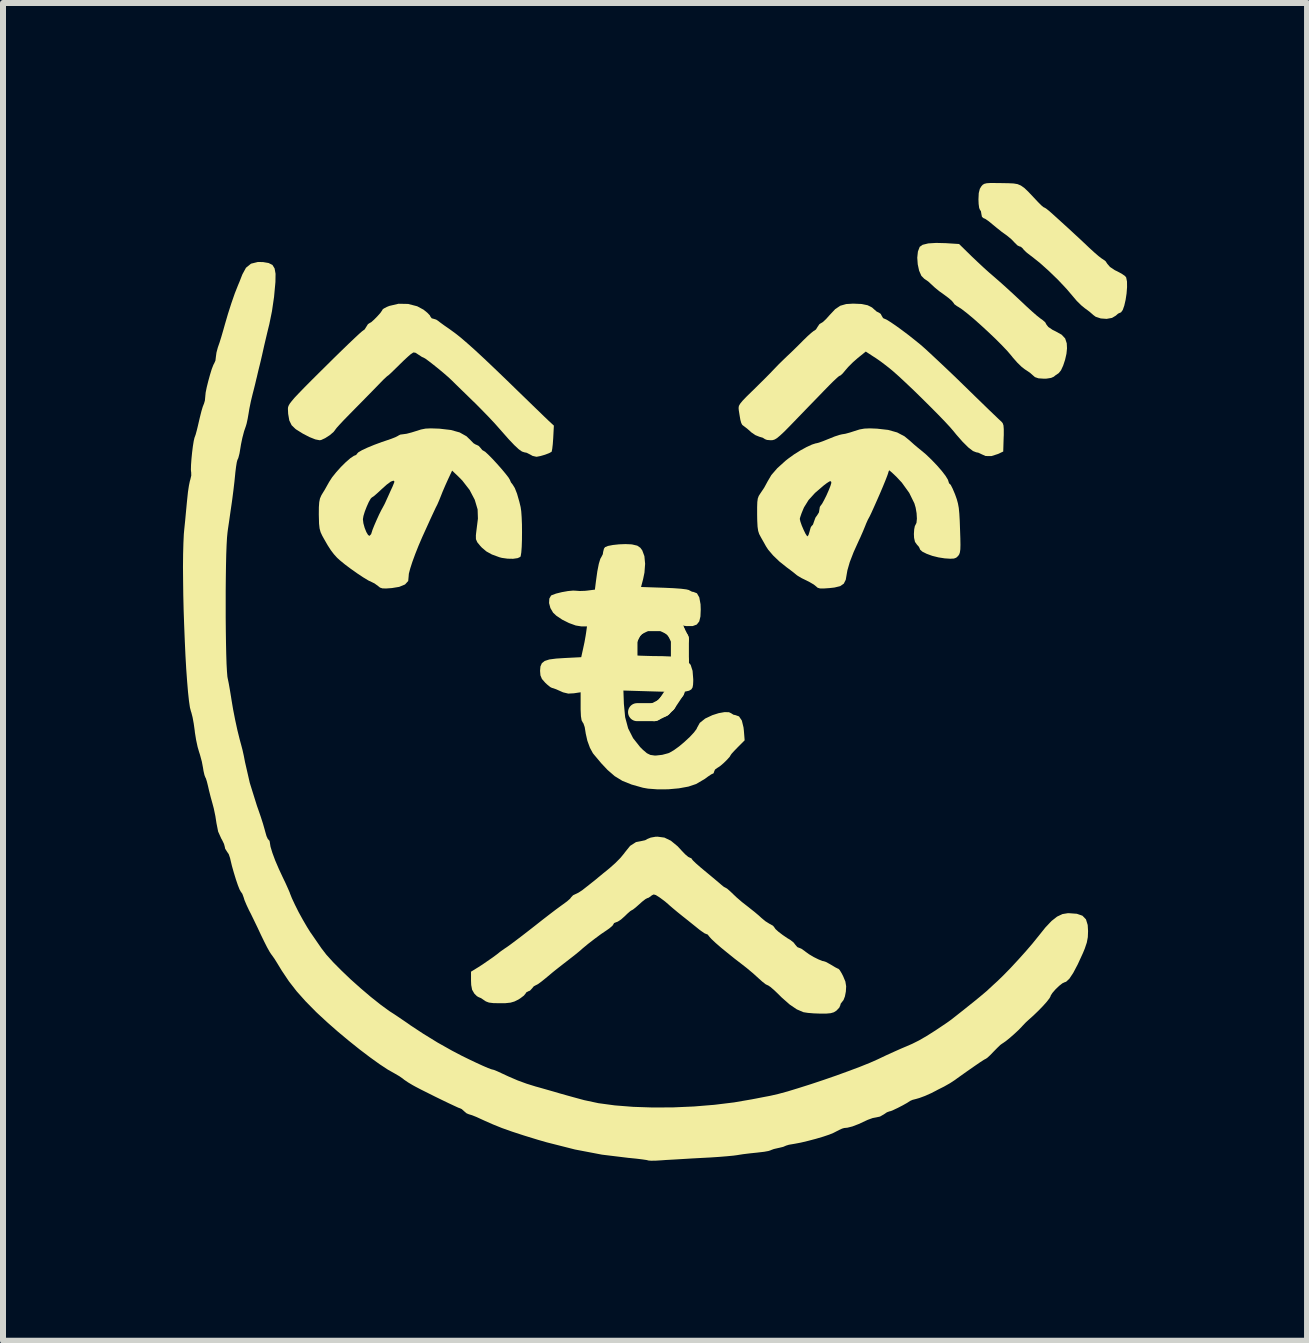
<source format=kicad_pcb>
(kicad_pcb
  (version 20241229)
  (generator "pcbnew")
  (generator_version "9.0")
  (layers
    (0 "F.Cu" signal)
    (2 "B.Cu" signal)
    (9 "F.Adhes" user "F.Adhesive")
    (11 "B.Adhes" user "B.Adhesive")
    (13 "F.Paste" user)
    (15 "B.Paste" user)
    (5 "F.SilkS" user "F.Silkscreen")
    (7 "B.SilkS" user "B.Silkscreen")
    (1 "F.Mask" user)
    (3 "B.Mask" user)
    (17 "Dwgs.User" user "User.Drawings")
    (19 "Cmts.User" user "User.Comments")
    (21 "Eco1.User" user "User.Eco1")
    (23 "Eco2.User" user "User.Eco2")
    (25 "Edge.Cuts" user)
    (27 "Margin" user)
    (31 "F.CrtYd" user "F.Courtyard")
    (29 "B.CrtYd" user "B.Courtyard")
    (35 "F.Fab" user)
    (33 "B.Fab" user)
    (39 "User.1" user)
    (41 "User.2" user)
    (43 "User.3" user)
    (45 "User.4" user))
  (footprint "9"
    (layer "F.Cu")
    (at 7.854 8.142)
    (property "Reference" "9" (at 0 0 0) (layer "F.SilkS") (effects (font (size 1.5 1.5) (thickness 0.3))))
    (attr board_only exclude_from_pos_files exclude_from_bom)
    (fp_poly (pts (xy 4.859 -7.139) (xy 5.082 -7.125) (xy 5.289 -6.922) (xy 5.389 -6.827) (xy 5.492 -6.731) (xy 5.583 -6.649) (xy 5.632 -6.607) (xy 5.708 -6.541) (xy 5.788 -6.471) (xy 5.88 -6.388) (xy 5.989 -6.288) (xy 6.124 -6.162) (xy 6.214 -6.077) (xy 6.301 -5.998) (xy 6.38 -5.929) (xy 6.441 -5.881) (xy 6.468 -5.863) (xy 6.517 -5.821) (xy 6.538 -5.782) (xy 6.57 -5.741) (xy 6.642 -5.693) (xy 6.693 -5.668) (xy 6.792 -5.613) (xy 6.85 -5.551) (xy 6.877 -5.469) (xy 6.881 -5.385) (xy 6.872 -5.296) (xy 6.849 -5.195) (xy 6.817 -5.098) (xy 6.781 -5.02) (xy 6.745 -4.975) (xy 6.742 -4.972) (xy 6.686 -4.934) (xy 6.661 -4.913) (xy 6.616 -4.893) (xy 6.54 -4.881) (xy 6.496 -4.88) (xy 6.405 -4.886) (xy 6.347 -4.906) (xy 6.318 -4.931) (xy 6.265 -4.978) (xy 6.194 -5.026) (xy 6.182 -5.033) (xy 6.126 -5.076) (xy 6.053 -5.147) (xy 5.978 -5.232) (xy 5.956 -5.26) (xy 5.888 -5.34) (xy 5.795 -5.438) (xy 5.686 -5.547) (xy 5.566 -5.661) (xy 5.443 -5.774) (xy 5.325 -5.879) (xy 5.217 -5.969) (xy 5.128 -6.038) (xy 5.064 -6.08) (xy 5.05 -6.087) (xy 5.004 -6.121) (xy 4.989 -6.144) (xy 4.961 -6.178) (xy 4.904 -6.227) (xy 4.833 -6.28) (xy 4.749 -6.34) (xy 4.674 -6.402) (xy 4.63 -6.443) (xy 4.568 -6.5) (xy 4.504 -6.544) (xy 4.502 -6.545) (xy 4.453 -6.595) (xy 4.416 -6.68) (xy 4.393 -6.786) (xy 4.385 -6.897) (xy 4.396 -7) (xy 4.426 -7.078) (xy 4.475 -7.112) (xy 4.569 -7.135) (xy 4.7 -7.143)) (stroke (width 0) (type solid)) (fill yes) (layer "F.SilkS"))
    (fp_poly (pts (xy 5.706 -8.141) (xy 5.795 -8.14) (xy 5.907 -8.138) (xy 5.991 -8.134) (xy 6.057 -8.123) (xy 6.113 -8.099) (xy 6.17 -8.059) (xy 6.235 -7.997) (xy 6.32 -7.907) (xy 6.401 -7.821) (xy 6.453 -7.769) (xy 6.492 -7.737) (xy 6.503 -7.733) (xy 6.531 -7.717) (xy 6.583 -7.676) (xy 6.646 -7.62) (xy 6.73 -7.544) (xy 6.829 -7.454) (xy 6.915 -7.376) (xy 6.999 -7.298) (xy 7.103 -7.202) (xy 7.208 -7.103) (xy 7.249 -7.064) (xy 7.333 -6.987) (xy 7.406 -6.924) (xy 7.461 -6.882) (xy 7.482 -6.869) (xy 7.524 -6.838) (xy 7.553 -6.794) (xy 7.598 -6.742) (xy 7.679 -6.688) (xy 7.717 -6.67) (xy 7.792 -6.63) (xy 7.848 -6.591) (xy 7.867 -6.568) (xy 7.881 -6.499) (xy 7.882 -6.407) (xy 7.874 -6.301) (xy 7.858 -6.195) (xy 7.836 -6.099) (xy 7.81 -6.025) (xy 7.781 -5.985) (xy 7.769 -5.981) (xy 7.732 -5.964) (xy 7.695 -5.931) (xy 7.631 -5.893) (xy 7.541 -5.877) (xy 7.444 -5.884) (xy 7.359 -5.912) (xy 7.321 -5.94) (xy 7.258 -5.995) (xy 7.185 -6.049) (xy 7.178 -6.054) (xy 7.117 -6.104) (xy 7.044 -6.176) (xy 6.994 -6.235) (xy 6.874 -6.376) (xy 6.731 -6.528) (xy 6.577 -6.677) (xy 6.426 -6.812) (xy 6.29 -6.92) (xy 6.276 -6.93) (xy 6.21 -6.981) (xy 6.162 -7.026) (xy 6.146 -7.048) (xy 6.112 -7.079) (xy 6.096 -7.082) (xy 6.057 -7.1) (xy 6.01 -7.145) (xy 6.007 -7.149) (xy 5.951 -7.207) (xy 5.879 -7.266) (xy 5.861 -7.279) (xy 5.79 -7.33) (xy 5.705 -7.398) (xy 5.643 -7.449) (xy 5.575 -7.505) (xy 5.518 -7.544) (xy 5.487 -7.557) (xy 5.463 -7.579) (xy 5.455 -7.619) (xy 5.446 -7.672) (xy 5.43 -7.695) (xy 5.417 -7.726) (xy 5.408 -7.793) (xy 5.405 -7.869) (xy 5.41 -7.974) (xy 5.428 -8.045) (xy 5.453 -8.086) (xy 5.476 -8.112) (xy 5.503 -8.128) (xy 5.544 -8.138) (xy 5.608 -8.142)) (stroke (width 0) (type solid)) (fill yes) (layer "F.SilkS"))
    (fp_poly (pts (xy -4.101 -6.126) (xy -3.95 -6.087) (xy -3.844 -6.03) (xy -3.781 -5.979) (xy -3.739 -5.935) (xy -3.729 -5.914) (xy -3.708 -5.886) (xy -3.687 -5.881) (xy -3.634 -5.865) (xy -3.606 -5.847) (xy -3.567 -5.817) (xy -3.5 -5.768) (xy -3.416 -5.71) (xy -3.391 -5.692) (xy -3.313 -5.635) (xy -3.221 -5.562) (xy -3.112 -5.468) (xy -2.983 -5.353) (xy -2.831 -5.212) (xy -2.653 -5.043) (xy -2.445 -4.843) (xy -2.259 -4.662) (xy -2.136 -4.543) (xy -2.02 -4.43) (xy -1.916 -4.33) (xy -1.833 -4.249) (xy -1.776 -4.195) (xy -1.763 -4.182) (xy -1.672 -4.098) (xy -1.683 -3.888) (xy -1.69 -3.79) (xy -1.699 -3.712) (xy -1.708 -3.667) (xy -1.711 -3.661) (xy -1.751 -3.639) (xy -1.819 -3.613) (xy -1.894 -3.591) (xy -1.956 -3.579) (xy -1.966 -3.579) (xy -2.027 -3.593) (xy -2.066 -3.615) (xy -2.125 -3.645) (xy -2.165 -3.653) (xy -2.204 -3.666) (xy -2.258 -3.704) (xy -2.331 -3.772) (xy -2.426 -3.872) (xy -2.546 -4.008) (xy -2.575 -4.041) (xy -2.659 -4.136) (xy -2.767 -4.251) (xy -2.886 -4.373) (xy -3.001 -4.489) (xy -3.018 -4.504) (xy -3.121 -4.605) (xy -3.22 -4.701) (xy -3.303 -4.782) (xy -3.364 -4.842) (xy -3.377 -4.855) (xy -3.434 -4.908) (xy -3.509 -4.973) (xy -3.594 -5.044) (xy -3.679 -5.112) (xy -3.755 -5.171) (xy -3.812 -5.213) (xy -3.842 -5.23) (xy -3.842 -5.23) (xy -3.872 -5.243) (xy -3.922 -5.276) (xy -3.93 -5.281) (xy -3.98 -5.313) (xy -4.014 -5.317) (xy -4.053 -5.292) (xy -4.059 -5.287) (xy -4.103 -5.249) (xy -4.17 -5.187) (xy -4.247 -5.112) (xy -4.273 -5.086) (xy -4.344 -5.017) (xy -4.4 -4.963) (xy -4.434 -4.933) (xy -4.44 -4.93) (xy -4.461 -4.913) (xy -4.507 -4.87) (xy -4.559 -4.817) (xy -4.613 -4.761) (xy -4.694 -4.678) (xy -4.793 -4.577) (xy -4.902 -4.466) (xy -4.982 -4.385) (xy -5.084 -4.281) (xy -5.174 -4.189) (xy -5.245 -4.113) (xy -5.291 -4.062) (xy -5.307 -4.041) (xy -5.344 -3.992) (xy -5.409 -3.937) (xy -5.484 -3.889) (xy -5.551 -3.858) (xy -5.577 -3.854) (xy -5.648 -3.868) (xy -5.746 -3.907) (xy -5.856 -3.964) (xy -5.965 -4.032) (xy -5.981 -4.044) (xy -6.043 -4.104) (xy -6.082 -4.184) (xy -6.101 -4.294) (xy -6.105 -4.377) (xy -6.103 -4.402) (xy -6.094 -4.429) (xy -6.075 -4.463) (xy -6.042 -4.506) (xy -5.993 -4.564) (xy -5.922 -4.639) (xy -5.827 -4.737) (xy -5.705 -4.86) (xy -5.551 -5.013) (xy -5.492 -5.071) (xy -5.348 -5.214) (xy -5.214 -5.345) (xy -5.095 -5.46) (xy -4.995 -5.555) (xy -4.919 -5.626) (xy -4.87 -5.669) (xy -4.854 -5.681) (xy -4.826 -5.701) (xy -4.8 -5.743) (xy -4.771 -5.789) (xy -4.745 -5.806) (xy -4.715 -5.823) (xy -4.667 -5.866) (xy -4.612 -5.922) (xy -4.563 -5.977) (xy -4.534 -6.019) (xy -4.529 -6.031) (xy -4.508 -6.049) (xy -4.454 -6.077) (xy -4.414 -6.093) (xy -4.261 -6.129)) (stroke (width 0) (type solid)) (fill yes) (layer "F.SilkS"))
    (fp_poly (pts (xy 3.457 -6.125) (xy 3.558 -6.104) (xy 3.631 -6.067) (xy 3.66 -6.041) (xy 3.708 -5.999) (xy 3.745 -5.981) (xy 3.746 -5.981) (xy 3.776 -5.96) (xy 3.791 -5.931) (xy 3.815 -5.89) (xy 3.834 -5.881) (xy 3.87 -5.866) (xy 3.937 -5.825) (xy 4.027 -5.764) (xy 4.133 -5.687) (xy 4.246 -5.602) (xy 4.359 -5.512) (xy 4.439 -5.447) (xy 4.51 -5.385) (xy 4.609 -5.294) (xy 4.731 -5.18) (xy 4.869 -5.05) (xy 5.016 -4.91) (xy 5.164 -4.766) (xy 5.193 -4.738) (xy 5.331 -4.603) (xy 5.46 -4.478) (xy 5.574 -4.367) (xy 5.669 -4.276) (xy 5.739 -4.209) (xy 5.781 -4.17) (xy 5.788 -4.164) (xy 5.809 -4.139) (xy 5.822 -4.101) (xy 5.827 -4.038) (xy 5.827 -3.941) (xy 5.825 -3.897) (xy 5.818 -3.666) (xy 5.731 -3.625) (xy 5.622 -3.59) (xy 5.524 -3.591) (xy 5.461 -3.619) (xy 5.402 -3.647) (xy 5.368 -3.653) (xy 5.314 -3.674) (xy 5.237 -3.733) (xy 5.143 -3.826) (xy 5.035 -3.949) (xy 4.992 -4.002) (xy 4.932 -4.072) (xy 4.841 -4.17) (xy 4.729 -4.286) (xy 4.6 -4.416) (xy 4.464 -4.551) (xy 4.327 -4.685) (xy 4.195 -4.81) (xy 4.078 -4.919) (xy 3.98 -5.006) (xy 3.916 -5.059) (xy 3.836 -5.121) (xy 3.782 -5.162) (xy 3.741 -5.191) (xy 3.699 -5.22) (xy 3.643 -5.256) (xy 3.634 -5.262) (xy 3.527 -5.332) (xy 3.394 -5.225) (xy 3.312 -5.153) (xy 3.235 -5.076) (xy 3.19 -5.024) (xy 3.143 -4.968) (xy 3.107 -4.935) (xy 3.096 -4.93) (xy 3.085 -4.925) (xy 3.065 -4.91) (xy 3.032 -4.88) (xy 2.983 -4.834) (xy 2.916 -4.767) (xy 2.827 -4.676) (xy 2.714 -4.559) (xy 2.572 -4.413) (xy 2.399 -4.234) (xy 2.374 -4.208) (xy 2.256 -4.086) (xy 2.166 -3.995) (xy 2.098 -3.932) (xy 2.048 -3.89) (xy 2.01 -3.867) (xy 1.976 -3.856) (xy 1.944 -3.854) (xy 1.881 -3.859) (xy 1.844 -3.873) (xy 1.841 -3.876) (xy 1.809 -3.896) (xy 1.754 -3.912) (xy 1.687 -3.939) (xy 1.617 -3.987) (xy 1.607 -3.997) (xy 1.549 -4.048) (xy 1.498 -4.087) (xy 1.491 -4.092) (xy 1.468 -4.11) (xy 1.451 -4.142) (xy 1.436 -4.196) (xy 1.421 -4.285) (xy 1.41 -4.355) (xy 1.407 -4.392) (xy 1.412 -4.426) (xy 1.433 -4.463) (xy 1.472 -4.511) (xy 1.537 -4.579) (xy 1.633 -4.673) (xy 1.641 -4.68) (xy 1.743 -4.781) (xy 1.845 -4.882) (xy 1.933 -4.971) (xy 1.997 -5.038) (xy 1.999 -5.04) (xy 2.078 -5.122) (xy 2.162 -5.204) (xy 2.213 -5.253) (xy 2.277 -5.313) (xy 2.36 -5.394) (xy 2.449 -5.482) (xy 2.478 -5.512) (xy 2.553 -5.585) (xy 2.616 -5.642) (xy 2.658 -5.675) (xy 2.67 -5.681) (xy 2.697 -5.701) (xy 2.723 -5.743) (xy 2.755 -5.79) (xy 2.783 -5.807) (xy 2.814 -5.826) (xy 2.865 -5.874) (xy 2.925 -5.941) (xy 2.928 -5.944) (xy 3.017 -6.039) (xy 3.102 -6.096) (xy 3.2 -6.124) (xy 3.316 -6.131)) (stroke (width 0) (type solid)) (fill yes) (layer "F.SilkS"))
    (fp_poly (pts (xy -3.609 -4.048) (xy -3.58 -4.047) (xy -3.39 -4.025) (xy -3.242 -3.984) (xy -3.128 -3.92) (xy -3.057 -3.851) (xy -3.01 -3.803) (xy -2.969 -3.779) (xy -2.964 -3.779) (xy -2.924 -3.759) (xy -2.897 -3.729) (xy -2.865 -3.69) (xy -2.846 -3.679) (xy -2.816 -3.661) (xy -2.764 -3.613) (xy -2.695 -3.543) (xy -2.62 -3.462) (xy -2.545 -3.377) (xy -2.479 -3.298) (xy -2.429 -3.234) (xy -2.404 -3.192) (xy -2.402 -3.186) (xy -2.387 -3.151) (xy -2.358 -3.114) (xy -2.323 -3.057) (xy -2.286 -2.963) (xy -2.247 -2.827) (xy -2.226 -2.74) (xy -2.216 -2.671) (xy -2.209 -2.572) (xy -2.204 -2.452) (xy -2.203 -2.322) (xy -2.204 -2.194) (xy -2.208 -2.078) (xy -2.215 -1.984) (xy -2.225 -1.924) (xy -2.231 -1.91) (xy -2.275 -1.889) (xy -2.352 -1.878) (xy -2.445 -1.88) (xy -2.538 -1.893) (xy -2.58 -1.904) (xy -2.705 -1.95) (xy -2.796 -2) (xy -2.87 -2.062) (xy -2.899 -2.093) (xy -2.949 -2.154) (xy -2.971 -2.205) (xy -2.972 -2.268) (xy -2.968 -2.307) (xy -2.955 -2.412) (xy -2.941 -2.523) (xy -2.938 -2.549) (xy -2.943 -2.701) (xy -2.991 -2.862) (xy -3.077 -3.026) (xy -3.198 -3.182) (xy -3.259 -3.244) (xy -3.368 -3.348) (xy -3.434 -3.207) (xy -3.481 -3.103) (xy -3.529 -2.991) (xy -3.551 -2.935) (xy -3.584 -2.853) (xy -3.613 -2.786) (xy -3.626 -2.76) (xy -3.64 -2.733) (xy -3.66 -2.69) (xy -3.691 -2.624) (xy -3.734 -2.531) (xy -3.792 -2.403) (xy -3.866 -2.24) (xy -3.927 -2.098) (xy -3.983 -1.957) (xy -4.031 -1.826) (xy -4.067 -1.714) (xy -4.089 -1.63) (xy -4.093 -1.583) (xy -4.1 -1.508) (xy -4.153 -1.45) (xy -4.25 -1.41) (xy -4.372 -1.39) (xy -4.469 -1.383) (xy -4.53 -1.385) (xy -4.57 -1.398) (xy -4.601 -1.423) (xy -4.661 -1.467) (xy -4.708 -1.49) (xy -4.765 -1.517) (xy -4.849 -1.568) (xy -4.95 -1.635) (xy -5.056 -1.71) (xy -5.156 -1.785) (xy -5.239 -1.853) (xy -5.286 -1.896) (xy -5.34 -1.956) (xy -5.39 -2.022) (xy -5.443 -2.104) (xy -5.506 -2.214) (xy -5.534 -2.265) (xy -5.56 -2.321) (xy -5.577 -2.383) (xy -5.586 -2.463) (xy -5.588 -2.538) (xy -4.855 -2.538) (xy -4.847 -2.47) (xy -4.826 -2.394) (xy -4.798 -2.324) (xy -4.769 -2.275) (xy -4.745 -2.26) (xy -4.718 -2.289) (xy -4.709 -2.317) (xy -4.695 -2.361) (xy -4.665 -2.436) (xy -4.626 -2.526) (xy -4.585 -2.616) (xy -4.547 -2.692) (xy -4.527 -2.728) (xy -4.498 -2.782) (xy -4.482 -2.815) (xy -4.46 -2.864) (xy -4.425 -2.941) (xy -4.395 -3.008) (xy -4.36 -3.084) (xy -4.337 -3.141) (xy -4.329 -3.164) (xy -4.345 -3.181) (xy -4.389 -3.165) (xy -4.456 -3.116) (xy -4.541 -3.04) (xy -4.61 -2.976) (xy -4.666 -2.927) (xy -4.699 -2.904) (xy -4.703 -2.903) (xy -4.725 -2.881) (xy -4.757 -2.825) (xy -4.791 -2.749) (xy -4.823 -2.667) (xy -4.846 -2.592) (xy -4.855 -2.538) (xy -4.855 -2.538) (xy -5.588 -2.538) (xy -5.589 -2.576) (xy -5.59 -2.616) (xy -5.589 -2.738) (xy -5.583 -2.822) (xy -5.571 -2.882) (xy -5.55 -2.931) (xy -5.537 -2.954) (xy -5.491 -3.029) (xy -5.44 -3.12) (xy -5.418 -3.159) (xy -5.369 -3.235) (xy -5.3 -3.321) (xy -5.221 -3.409) (xy -5.139 -3.49) (xy -5.064 -3.555) (xy -5.004 -3.595) (xy -4.978 -3.604) (xy -4.955 -3.622) (xy -4.955 -3.627) (xy -4.932 -3.652) (xy -4.871 -3.688) (xy -4.779 -3.731) (xy -4.665 -3.778) (xy -4.538 -3.825) (xy -4.481 -3.844) (xy -4.387 -3.876) (xy -4.313 -3.905) (xy -4.27 -3.927) (xy -4.265 -3.931) (xy -4.232 -3.948) (xy -4.186 -3.954) (xy -4.127 -3.962) (xy -4.043 -3.984) (xy -3.969 -4.007) (xy -3.887 -4.033) (xy -3.811 -4.048) (xy -3.724 -4.052)) (stroke (width 0) (type solid)) (fill yes) (layer "F.SilkS"))
    (fp_poly (pts (xy 3.715 -4.047) (xy 3.901 -4.026) (xy 4.05 -3.984) (xy 4.173 -3.919) (xy 4.256 -3.851) (xy 4.335 -3.78) (xy 4.421 -3.708) (xy 4.443 -3.691) (xy 4.53 -3.618) (xy 4.622 -3.53) (xy 4.713 -3.435) (xy 4.794 -3.342) (xy 4.857 -3.26) (xy 4.896 -3.196) (xy 4.905 -3.168) (xy 4.916 -3.133) (xy 4.926 -3.128) (xy 4.945 -3.106) (xy 4.974 -3.049) (xy 5.009 -2.967) (xy 5.017 -2.947) (xy 5.044 -2.871) (xy 5.063 -2.801) (xy 5.077 -2.726) (xy 5.086 -2.633) (xy 5.093 -2.512) (xy 5.098 -2.37) (xy 5.103 -2.22) (xy 5.105 -2.111) (xy 5.103 -2.036) (xy 5.096 -1.986) (xy 5.085 -1.953) (xy 5.069 -1.929) (xy 5.064 -1.923) (xy 5.034 -1.896) (xy 4.996 -1.882) (xy 4.936 -1.879) (xy 4.843 -1.885) (xy 4.74 -1.901) (xy 4.635 -1.927) (xy 4.542 -1.961) (xy 4.47 -1.997) (xy 4.432 -2.031) (xy 4.429 -2.042) (xy 4.412 -2.078) (xy 4.379 -2.115) (xy 4.347 -2.16) (xy 4.332 -2.227) (xy 4.329 -2.292) (xy 4.334 -2.369) (xy 4.345 -2.424) (xy 4.354 -2.44) (xy 4.372 -2.477) (xy 4.379 -2.547) (xy 4.374 -2.637) (xy 4.358 -2.731) (xy 4.337 -2.802) (xy 4.251 -2.977) (xy 4.127 -3.149) (xy 4.035 -3.247) (xy 3.976 -3.303) (xy 3.933 -3.341) (xy 3.917 -3.353) (xy 3.907 -3.332) (xy 3.897 -3.297) (xy 3.882 -3.255) (xy 3.852 -3.178) (xy 3.811 -3.078) (xy 3.763 -2.965) (xy 3.712 -2.849) (xy 3.664 -2.741) (xy 3.623 -2.65) (xy 3.593 -2.587) (xy 3.581 -2.565) (xy 3.561 -2.528) (xy 3.532 -2.463) (xy 3.518 -2.427) (xy 3.48 -2.335) (xy 3.435 -2.232) (xy 3.415 -2.19) (xy 3.325 -1.991) (xy 3.26 -1.823) (xy 3.221 -1.688) (xy 3.21 -1.626) (xy 3.193 -1.528) (xy 3.16 -1.463) (xy 3.1 -1.422) (xy 3.005 -1.399) (xy 2.926 -1.39) (xy 2.826 -1.383) (xy 2.763 -1.384) (xy 2.725 -1.395) (xy 2.702 -1.415) (xy 2.66 -1.449) (xy 2.59 -1.49) (xy 2.537 -1.517) (xy 2.459 -1.555) (xy 2.397 -1.591) (xy 2.373 -1.608) (xy 2.336 -1.639) (xy 2.273 -1.688) (xy 2.203 -1.74) (xy 2.087 -1.833) (xy 1.982 -1.934) (xy 1.9 -2.03) (xy 1.864 -2.085) (xy 1.833 -2.141) (xy 1.791 -2.215) (xy 1.777 -2.24) (xy 1.75 -2.291) (xy 1.733 -2.344) (xy 1.723 -2.413) (xy 1.718 -2.508) (xy 1.717 -2.543) (xy 2.427 -2.543) (xy 2.437 -2.498) (xy 2.46 -2.432) (xy 2.491 -2.36) (xy 2.522 -2.296) (xy 2.547 -2.258) (xy 2.555 -2.252) (xy 2.572 -2.274) (xy 2.589 -2.328) (xy 2.592 -2.34) (xy 2.608 -2.398) (xy 2.625 -2.427) (xy 2.628 -2.427) (xy 2.647 -2.449) (xy 2.665 -2.501) (xy 2.665 -2.501) (xy 2.688 -2.564) (xy 2.717 -2.604) (xy 2.746 -2.651) (xy 2.753 -2.692) (xy 2.761 -2.743) (xy 2.775 -2.764) (xy 2.798 -2.794) (xy 2.832 -2.856) (xy 2.872 -2.936) (xy 2.909 -3.02) (xy 2.938 -3.093) (xy 2.952 -3.14) (xy 2.953 -3.145) (xy 2.947 -3.17) (xy 2.924 -3.169) (xy 2.877 -3.139) (xy 2.829 -3.103) (xy 2.681 -2.976) (xy 2.573 -2.857) (xy 2.498 -2.736) (xy 2.489 -2.716) (xy 2.456 -2.636) (xy 2.434 -2.572) (xy 2.427 -2.543) (xy 1.717 -2.543) (xy 1.716 -2.617) (xy 1.716 -2.74) (xy 1.719 -2.825) (xy 1.727 -2.883) (xy 1.743 -2.926) (xy 1.768 -2.965) (xy 1.778 -2.98) (xy 1.833 -3.062) (xy 1.881 -3.15) (xy 1.886 -3.16) (xy 1.953 -3.274) (xy 2.052 -3.388) (xy 2.189 -3.512) (xy 2.236 -3.549) (xy 2.33 -3.617) (xy 2.435 -3.683) (xy 2.539 -3.74) (xy 2.63 -3.782) (xy 2.696 -3.803) (xy 2.707 -3.804) (xy 2.745 -3.814) (xy 2.815 -3.839) (xy 2.902 -3.874) (xy 2.915 -3.879) (xy 3.006 -3.916) (xy 3.085 -3.942) (xy 3.135 -3.954) (xy 3.138 -3.954) (xy 3.187 -3.962) (xy 3.264 -3.983) (xy 3.338 -4.007) (xy 3.424 -4.034) (xy 3.503 -4.048) (xy 3.594 -4.052)) (stroke (width 0) (type solid)) (fill yes) (layer "F.SilkS"))
    (fp_poly (pts (xy -0.384 -2.119) (xy -0.363 -2.116) (xy -0.282 -2.097) (xy -0.231 -2.062) (xy -0.199 -2.019) (xy -0.163 -1.922) (xy -0.151 -1.794) (xy -0.162 -1.648) (xy -0.185 -1.536) (xy -0.219 -1.408) (xy 0.168 -1.395) (xy 0.323 -1.388) (xy 0.447 -1.379) (xy 0.535 -1.368) (xy 0.58 -1.357) (xy 0.583 -1.354) (xy 0.631 -1.329) (xy 0.654 -1.326) (xy 0.713 -1.303) (xy 0.752 -1.234) (xy 0.773 -1.119) (xy 0.776 -1.033) (xy 0.771 -0.916) (xy 0.751 -0.834) (xy 0.71 -0.782) (xy 0.643 -0.757) (xy 0.542 -0.756) (xy 0.402 -0.774) (xy 0.346 -0.784) (xy 0.241 -0.797) (xy 0.105 -0.807) (xy -0.042 -0.812) (xy -0.181 -0.812) (xy -0.294 -0.807) (xy -0.317 -0.804) (xy -0.34 -0.779) (xy -0.366 -0.717) (xy -0.393 -0.631) (xy -0.417 -0.533) (xy -0.436 -0.436) (xy -0.447 -0.353) (xy -0.447 -0.297) (xy -0.44 -0.282) (xy -0.41 -0.275) (xy -0.339 -0.269) (xy -0.235 -0.263) (xy -0.109 -0.259) (xy -0.029 -0.257) (xy 0.139 -0.255) (xy 0.265 -0.25) (xy 0.358 -0.243) (xy 0.426 -0.233) (xy 0.478 -0.217) (xy 0.52 -0.195) (xy 0.553 -0.174) (xy 0.608 -0.11) (xy 0.64 -0.01) (xy 0.651 0.13) (xy 0.651 0.162) (xy 0.648 0.221) (xy 0.64 0.266) (xy 0.619 0.299) (xy 0.581 0.321) (xy 0.519 0.335) (xy 0.428 0.341) (xy 0.302 0.341) (xy 0.134 0.337) (xy 0.027 0.334) (xy -0.513 0.318) (xy -0.505 0.54) (xy -0.484 0.762) (xy -0.434 0.949) (xy -0.352 1.111) (xy -0.235 1.259) (xy -0.188 1.306) (xy -0.121 1.363) (xy -0.064 1.391) (xy 0.005 1.401) (xy 0.033 1.401) (xy 0.133 1.39) (xy 0.234 1.363) (xy 0.258 1.353) (xy 0.33 1.311) (xy 0.417 1.248) (xy 0.508 1.171) (xy 0.594 1.091) (xy 0.663 1.017) (xy 0.707 0.958) (xy 0.715 0.938) (xy 0.76 0.857) (xy 0.85 0.785) (xy 0.971 0.728) (xy 1.075 0.695) (xy 1.17 0.678) (xy 1.246 0.679) (xy 1.288 0.699) (xy 1.289 0.701) (xy 1.324 0.722) (xy 1.349 0.726) (xy 1.414 0.749) (xy 1.461 0.818) (xy 1.489 0.933) (xy 1.495 0.986) (xy 1.508 1.148) (xy 1.392 1.264) (xy 1.333 1.325) (xy 1.291 1.371) (xy 1.276 1.392) (xy 1.259 1.422) (xy 1.215 1.471) (xy 1.159 1.526) (xy 1.103 1.574) (xy 1.06 1.603) (xy 1.057 1.604) (xy 1.014 1.635) (xy 1.001 1.664) (xy 0.99 1.697) (xy 0.98 1.702) (xy 0.95 1.716) (xy 0.895 1.753) (xy 0.844 1.791) (xy 0.699 1.876) (xy 0.571 1.919) (xy 0.412 1.948) (xy 0.234 1.964) (xy 0.056 1.965) (xy -0.104 1.953) (xy -0.188 1.938) (xy -0.376 1.885) (xy -0.529 1.824) (xy -0.658 1.745) (xy -0.778 1.641) (xy -0.885 1.527) (xy -0.945 1.455) (xy -0.994 1.397) (xy -1.02 1.365) (xy -1.021 1.364) (xy -1.071 1.272) (xy -1.114 1.154) (xy -1.141 1.034) (xy -1.145 1.008) (xy -1.158 0.928) (xy -1.179 0.867) (xy -1.192 0.848) (xy -1.21 0.814) (xy -1.221 0.745) (xy -1.226 0.633) (xy -1.226 0.583) (xy -1.226 0.347) (xy -1.339 0.364) (xy -1.432 0.369) (xy -1.519 0.348) (xy -1.564 0.328) (xy -1.634 0.297) (xy -1.687 0.278) (xy -1.702 0.275) (xy -1.734 0.259) (xy -1.785 0.217) (xy -1.815 0.189) (xy -1.871 0.125) (xy -1.896 0.065) (xy -1.902 -0.011) (xy -1.896 -0.084) (xy -1.872 -0.138) (xy -1.825 -0.175) (xy -1.748 -0.2) (xy -1.633 -0.215) (xy -1.492 -0.224) (xy -1.216 -0.238) (xy -1.183 -0.388) (xy -1.161 -0.491) (xy -1.143 -0.593) (xy -1.135 -0.644) (xy -1.12 -0.751) (xy -1.213 -0.751) (xy -1.307 -0.766) (xy -1.42 -0.807) (xy -1.534 -0.864) (xy -1.632 -0.93) (xy -1.685 -0.98) (xy -1.73 -1.057) (xy -1.752 -1.14) (xy -1.748 -1.214) (xy -1.719 -1.265) (xy -1.708 -1.271) (xy -1.636 -1.298) (xy -1.539 -1.322) (xy -1.438 -1.34) (xy -1.351 -1.348) (xy -1.31 -1.346) (xy -1.242 -1.341) (xy -1.153 -1.344) (xy -1.114 -1.348) (xy -0.988 -1.364) (xy -0.971 -1.501) (xy -0.948 -1.667) (xy -0.923 -1.794) (xy -0.898 -1.877) (xy -0.88 -1.908) (xy -0.856 -1.955) (xy -0.851 -1.991) (xy -0.837 -2.047) (xy -0.819 -2.072) (xy -0.771 -2.092) (xy -0.688 -2.108) (xy -0.586 -2.119) (xy -0.479 -2.123)) (stroke (width 0) (type solid)) (fill yes) (layer "F.SilkS"))
    (fp_poly (pts (xy 0.17 2.769) (xy 0.278 2.821) (xy 0.39 2.913) (xy 0.461 2.99) (xy 0.519 3.05) (xy 0.568 3.091) (xy 0.593 3.103) (xy 0.623 3.116) (xy 0.626 3.125) (xy 0.644 3.148) (xy 0.693 3.196) (xy 0.766 3.26) (xy 0.845 3.326) (xy 0.938 3.403) (xy 1.023 3.474) (xy 1.087 3.528) (xy 1.117 3.554) (xy 1.161 3.59) (xy 1.188 3.604) (xy 1.216 3.62) (xy 1.262 3.66) (xy 1.275 3.672) (xy 1.369 3.762) (xy 1.464 3.844) (xy 1.582 3.936) (xy 1.589 3.942) (xy 1.67 4.006) (xy 1.746 4.07) (xy 1.785 4.106) (xy 1.852 4.162) (xy 1.922 4.206) (xy 1.929 4.209) (xy 1.98 4.238) (xy 2.003 4.265) (xy 2.003 4.267) (xy 2.023 4.295) (xy 2.073 4.34) (xy 2.143 4.393) (xy 2.219 4.445) (xy 2.268 4.474) (xy 2.324 4.518) (xy 2.353 4.556) (xy 2.387 4.595) (xy 2.412 4.605) (xy 2.451 4.62) (xy 2.506 4.658) (xy 2.517 4.667) (xy 2.58 4.713) (xy 2.659 4.76) (xy 2.74 4.8) (xy 2.805 4.826) (xy 2.828 4.83) (xy 2.863 4.842) (xy 2.922 4.874) (xy 2.953 4.892) (xy 3.016 4.93) (xy 3.061 4.953) (xy 3.071 4.956) (xy 3.092 4.977) (xy 3.125 5.031) (xy 3.15 5.08) (xy 3.187 5.169) (xy 3.2 5.248) (xy 3.195 5.335) (xy 3.179 5.417) (xy 3.156 5.477) (xy 3.141 5.496) (xy 3.108 5.539) (xy 3.103 5.563) (xy 3.085 5.604) (xy 3.04 5.651) (xy 3.037 5.654) (xy 2.994 5.681) (xy 2.942 5.696) (xy 2.866 5.703) (xy 2.768 5.703) (xy 2.66 5.699) (xy 2.562 5.691) (xy 2.491 5.68) (xy 2.484 5.678) (xy 2.377 5.632) (xy 2.258 5.551) (xy 2.123 5.432) (xy 2.071 5.38) (xy 1.999 5.311) (xy 1.938 5.259) (xy 1.898 5.232) (xy 1.891 5.23) (xy 1.858 5.214) (xy 1.803 5.171) (xy 1.737 5.112) (xy 1.65 5.033) (xy 1.546 4.946) (xy 1.463 4.881) (xy 1.342 4.788) (xy 1.224 4.693) (xy 1.115 4.604) (xy 1.024 4.525) (xy 0.957 4.462) (xy 0.92 4.422) (xy 0.916 4.415) (xy 0.889 4.383) (xy 0.875 4.379) (xy 0.84 4.365) (xy 0.785 4.327) (xy 0.755 4.305) (xy 0.693 4.255) (xy 0.607 4.186) (xy 0.512 4.11) (xy 0.475 4.081) (xy 0.387 4.01) (xy 0.308 3.944) (xy 0.251 3.895) (xy 0.235 3.88) (xy 0.181 3.834) (xy 0.109 3.78) (xy 0.088 3.765) (xy 0.028 3.727) (xy -0.008 3.717) (xy -0.038 3.731) (xy -0.049 3.74) (xy -0.092 3.771) (xy -0.116 3.779) (xy -0.146 3.795) (xy -0.199 3.836) (xy -0.247 3.879) (xy -0.308 3.933) (xy -0.354 3.969) (xy -0.373 3.979) (xy -0.399 3.995) (xy -0.448 4.038) (xy -0.49 4.079) (xy -0.552 4.134) (xy -0.607 4.17) (xy -0.632 4.179) (xy -0.669 4.194) (xy -0.677 4.21) (xy -0.697 4.24) (xy -0.748 4.283) (xy -0.795 4.316) (xy -0.884 4.376) (xy -0.992 4.456) (xy -1.102 4.541) (xy -1.195 4.618) (xy -1.226 4.646) (xy -1.263 4.677) (xy -1.327 4.729) (xy -1.407 4.791) (xy -1.426 4.806) (xy -1.524 4.882) (xy -1.593 4.936) (xy -1.645 4.977) (xy -1.691 5.014) (xy -1.741 5.056) (xy -1.807 5.111) (xy -1.879 5.169) (xy -1.938 5.212) (xy -1.973 5.23) (xy -1.974 5.23) (xy -2.008 5.249) (xy -2.033 5.28) (xy -2.07 5.32) (xy -2.096 5.33) (xy -2.133 5.35) (xy -2.143 5.368) (xy -2.172 5.403) (xy -2.23 5.447) (xy -2.264 5.469) (xy -2.329 5.501) (xy -2.394 5.52) (xy -2.479 5.529) (xy -2.57 5.53) (xy -2.68 5.528) (xy -2.754 5.519) (xy -2.805 5.5) (xy -2.835 5.48) (xy -2.886 5.445) (xy -2.923 5.43) (xy -2.924 5.43) (xy -2.955 5.412) (xy -2.998 5.369) (xy -3.001 5.364) (xy -3.035 5.305) (xy -3.05 5.226) (xy -3.053 5.151) (xy -3.053 5.004) (xy -2.934 4.931) (xy -2.861 4.884) (xy -2.777 4.826) (xy -2.693 4.768) (xy -2.624 4.717) (xy -2.581 4.683) (xy -2.578 4.68) (xy -2.551 4.66) (xy -2.497 4.622) (xy -2.452 4.592) (xy -2.395 4.551) (xy -2.308 4.486) (xy -2.2 4.404) (xy -2.08 4.311) (xy -1.989 4.24) (xy -1.866 4.143) (xy -1.747 4.051) (xy -1.642 3.971) (xy -1.559 3.91) (xy -1.519 3.881) (xy -1.451 3.831) (xy -1.401 3.787) (xy -1.385 3.765) (xy -1.352 3.73) (xy -1.318 3.714) (xy -1.262 3.687) (xy -1.196 3.644) (xy -1.189 3.638) (xy -1.115 3.58) (xy -1.043 3.523) (xy -1.042 3.522) (xy -0.986 3.478) (xy -0.944 3.443) (xy -0.942 3.441) (xy -0.91 3.415) (xy -0.851 3.366) (xy -0.773 3.303) (xy -0.738 3.274) (xy -0.648 3.194) (xy -0.563 3.108) (xy -0.5 3.032) (xy -0.489 3.016) (xy -0.401 2.907) (xy -0.303 2.844) (xy -0.219 2.828) (xy -0.151 2.813) (xy -0.111 2.791) (xy -0.057 2.769) (xy 0.022 2.755) (xy 0.057 2.754)) (stroke (width 0) (type solid)) (fill yes) (layer "F.SilkS"))
    (fp_poly (pts (xy -6.521 -6.824) (xy -6.427 -6.808) (xy -6.363 -6.776) (xy -6.327 -6.718) (xy -6.311 -6.629) (xy -6.313 -6.499) (xy -6.314 -6.481) (xy -6.336 -6.243) (xy -6.371 -6.004) (xy -6.415 -5.788) (xy -6.423 -5.756) (xy -6.445 -5.666) (xy -6.473 -5.548) (xy -6.502 -5.425) (xy -6.509 -5.393) (xy -6.534 -5.281) (xy -6.558 -5.177) (xy -6.577 -5.099) (xy -6.582 -5.08) (xy -6.602 -4.998) (xy -6.624 -4.903) (xy -6.63 -4.88) (xy -6.651 -4.79) (xy -6.678 -4.683) (xy -6.695 -4.617) (xy -6.722 -4.505) (xy -6.748 -4.378) (xy -6.76 -4.304) (xy -6.776 -4.212) (xy -6.793 -4.133) (xy -6.805 -4.092) (xy -6.835 -4.005) (xy -6.864 -3.895) (xy -6.887 -3.785) (xy -6.892 -3.754) (xy -6.912 -3.634) (xy -6.932 -3.557) (xy -6.947 -3.525) (xy -6.957 -3.488) (xy -6.969 -3.414) (xy -6.981 -3.319) (xy -6.984 -3.287) (xy -6.996 -3.168) (xy -7.013 -3.022) (xy -7.032 -2.875) (xy -7.041 -2.809) (xy -7.062 -2.666) (xy -7.084 -2.511) (xy -7.105 -2.369) (xy -7.112 -2.315) (xy -7.12 -2.232) (xy -7.127 -2.109) (xy -7.133 -1.952) (xy -7.137 -1.768) (xy -7.14 -1.564) (xy -7.142 -1.346) (xy -7.142 -1.122) (xy -7.142 -0.897) (xy -7.14 -0.678) (xy -7.137 -0.473) (xy -7.133 -0.287) (xy -7.128 -0.128) (xy -7.121 -0.002) (xy -7.114 0.085) (xy -7.109 0.113) (xy -7.092 0.195) (xy -7.072 0.308) (xy -7.052 0.43) (xy -7.045 0.475) (xy -7.019 0.63) (xy -6.985 0.804) (xy -6.947 0.979) (xy -6.908 1.136) (xy -6.879 1.243) (xy -6.862 1.308) (xy -6.841 1.402) (xy -6.821 1.505) (xy -6.821 1.506) (xy -6.74 1.859) (xy -6.621 2.24) (xy -6.599 2.302) (xy -6.558 2.421) (xy -6.52 2.539) (xy -6.492 2.637) (xy -6.483 2.671) (xy -6.462 2.744) (xy -6.44 2.792) (xy -6.429 2.803) (xy -6.411 2.824) (xy -6.406 2.853) (xy -6.395 2.921) (xy -6.364 3.023) (xy -6.317 3.15) (xy -6.256 3.292) (xy -6.195 3.423) (xy -6.146 3.525) (xy -6.105 3.616) (xy -6.076 3.683) (xy -6.069 3.704) (xy -6.038 3.781) (xy -5.988 3.888) (xy -5.926 4.012) (xy -5.856 4.139) (xy -5.788 4.256) (xy -5.728 4.352) (xy -5.72 4.362) (xy -5.656 4.455) (xy -5.592 4.548) (xy -5.545 4.616) (xy -5.465 4.72) (xy -5.351 4.846) (xy -5.212 4.986) (xy -5.057 5.134) (xy -4.891 5.282) (xy -4.724 5.424) (xy -4.563 5.552) (xy -4.417 5.659) (xy -4.336 5.711) (xy -4.285 5.745) (xy -4.207 5.798) (xy -4.113 5.862) (xy -4.067 5.895) (xy -3.85 6.038) (xy -3.611 6.185) (xy -3.369 6.321) (xy -3.203 6.408) (xy -3.078 6.469) (xy -2.958 6.526) (xy -2.853 6.574) (xy -2.77 6.61) (xy -2.719 6.629) (xy -2.709 6.632) (xy -2.669 6.642) (xy -2.611 6.666) (xy -2.428 6.751) (xy -2.272 6.818) (xy -2.127 6.871) (xy -1.976 6.918) (xy -1.914 6.935) (xy -1.795 6.969) (xy -1.665 7.006) (xy -1.577 7.032) (xy -1.478 7.06) (xy -1.352 7.095) (xy -1.22 7.131) (xy -1.164 7.146) (xy -0.929 7.196) (xy -0.655 7.233) (xy -0.35 7.257) (xy -0.023 7.268) (xy 0.318 7.266) (xy 0.663 7.251) (xy 1.004 7.223) (xy 1.331 7.183) (xy 1.627 7.132) (xy 1.706 7.117) (xy 1.813 7.096) (xy 1.929 7.074) (xy 1.952 7.069) (xy 2.069 7.042) (xy 2.224 7) (xy 2.407 6.944) (xy 2.609 6.88) (xy 2.822 6.809) (xy 3.036 6.735) (xy 3.242 6.66) (xy 3.431 6.589) (xy 3.595 6.523) (xy 3.724 6.466) (xy 3.741 6.458) (xy 3.869 6.397) (xy 3.997 6.339) (xy 4.109 6.289) (xy 4.191 6.254) (xy 4.192 6.254) (xy 4.302 6.206) (xy 4.416 6.149) (xy 4.542 6.076) (xy 4.689 5.983) (xy 4.865 5.865) (xy 4.905 5.837) (xy 4.952 5.803) (xy 5.027 5.744) (xy 5.122 5.669) (xy 5.226 5.586) (xy 5.33 5.503) (xy 5.423 5.427) (xy 5.497 5.365) (xy 5.542 5.327) (xy 5.543 5.326) (xy 5.587 5.285) (xy 5.653 5.224) (xy 5.722 5.161) (xy 5.821 5.065) (xy 5.94 4.943) (xy 6.067 4.806) (xy 6.192 4.667) (xy 6.303 4.538) (xy 6.391 4.429) (xy 6.401 4.417) (xy 6.52 4.268) (xy 6.623 4.159) (xy 6.716 4.086) (xy 6.805 4.044) (xy 6.896 4.029) (xy 6.91 4.029) (xy 7.045 4.039) (xy 7.138 4.071) (xy 7.197 4.132) (xy 7.226 4.226) (xy 7.232 4.327) (xy 7.228 4.429) (xy 7.211 4.519) (xy 7.177 4.62) (xy 7.146 4.695) (xy 7.06 4.882) (xy 6.985 5.024) (xy 6.92 5.122) (xy 6.866 5.172) (xy 6.842 5.18) (xy 6.804 5.198) (xy 6.748 5.242) (xy 6.689 5.299) (xy 6.638 5.358) (xy 6.609 5.403) (xy 6.607 5.414) (xy 6.589 5.447) (xy 6.544 5.505) (xy 6.478 5.579) (xy 6.4 5.659) (xy 6.319 5.737) (xy 6.255 5.794) (xy 6.195 5.849) (xy 6.133 5.914) (xy 6.129 5.919) (xy 6.076 5.974) (xy 6.006 6.039) (xy 5.931 6.105) (xy 5.862 6.161) (xy 5.812 6.196) (xy 5.8 6.203) (xy 5.77 6.225) (xy 5.719 6.274) (xy 5.66 6.334) (xy 5.6 6.396) (xy 5.552 6.44) (xy 5.528 6.456) (xy 5.499 6.471) (xy 5.434 6.513) (xy 5.335 6.581) (xy 5.206 6.671) (xy 5.05 6.782) (xy 5.012 6.81) (xy 4.931 6.863) (xy 4.846 6.911) (xy 4.832 6.919) (xy 4.764 6.953) (xy 4.711 6.98) (xy 4.705 6.984) (xy 4.615 7.03) (xy 4.514 7.075) (xy 4.422 7.109) (xy 4.367 7.125) (xy 4.305 7.141) (xy 4.267 7.158) (xy 4.216 7.191) (xy 4.143 7.232) (xy 4.062 7.274) (xy 3.988 7.309) (xy 3.936 7.33) (xy 3.923 7.332) (xy 3.879 7.348) (xy 3.829 7.382) (xy 3.764 7.419) (xy 3.704 7.432) (xy 3.641 7.444) (xy 3.561 7.473) (xy 3.526 7.489) (xy 3.41 7.543) (xy 3.303 7.584) (xy 3.219 7.605) (xy 3.195 7.607) (xy 3.166 7.61) (xy 3.132 7.62) (xy 3.082 7.643) (xy 3.002 7.684) (xy 2.984 7.693) (xy 2.918 7.72) (xy 2.817 7.754) (xy 2.695 7.79) (xy 2.566 7.824) (xy 2.445 7.853) (xy 2.345 7.872) (xy 2.315 7.877) (xy 2.245 7.889) (xy 2.196 7.904) (xy 2.19 7.907) (xy 2.15 7.924) (xy 2.084 7.94) (xy 2.065 7.944) (xy 1.995 7.96) (xy 1.946 7.978) (xy 1.939 7.982) (xy 1.904 7.993) (xy 1.833 8.006) (xy 1.739 8.017) (xy 1.714 8.02) (xy 1.598 8.032) (xy 1.483 8.046) (xy 1.393 8.06) (xy 1.389 8.061) (xy 1.323 8.07) (xy 1.218 8.08) (xy 1.085 8.091) (xy 0.934 8.101) (xy 0.801 8.108) (xy 0.635 8.117) (xy 0.47 8.127) (xy 0.318 8.136) (xy 0.193 8.143) (xy 0.125 8.148) (xy 0.027 8.154) (xy -0.05 8.155) (xy -0.095 8.152) (xy -0.1 8.15) (xy -0.129 8.143) (xy -0.197 8.133) (xy -0.295 8.121) (xy -0.414 8.109) (xy -0.426 8.108) (xy -0.87 8.054) (xy -1.32 7.968) (xy -1.789 7.849) (xy -1.939 7.806) (xy -2.173 7.734) (xy -2.369 7.67) (xy -2.538 7.61) (xy -2.689 7.549) (xy -2.834 7.485) (xy -2.871 7.468) (xy -2.96 7.427) (xy -3.035 7.397) (xy -3.081 7.383) (xy -3.086 7.382) (xy -3.127 7.365) (xy -3.166 7.332) (xy -3.207 7.295) (xy -3.234 7.282) (xy -3.263 7.272) (xy -3.328 7.242) (xy -3.42 7.199) (xy -3.53 7.146) (xy -3.649 7.088) (xy -3.769 7.028) (xy -3.881 6.972) (xy -3.975 6.923) (xy -4.026 6.895) (xy -4.103 6.849) (xy -4.169 6.804) (xy -4.188 6.788) (xy -4.248 6.746) (xy -4.322 6.703) (xy -4.329 6.699) (xy -4.439 6.637) (xy -4.577 6.546) (xy -4.737 6.431) (xy -4.911 6.299) (xy -5.092 6.154) (xy -5.272 6.004) (xy -5.445 5.852) (xy -5.603 5.706) (xy -5.634 5.677) (xy -5.812 5.496) (xy -5.96 5.33) (xy -6.088 5.165) (xy -6.208 4.986) (xy -6.281 4.866) (xy -6.327 4.792) (xy -6.37 4.731) (xy -6.384 4.713) (xy -6.41 4.673) (xy -6.452 4.598) (xy -6.502 4.499) (xy -6.554 4.392) (xy -6.612 4.268) (xy -6.671 4.146) (xy -6.722 4.041) (xy -6.754 3.979) (xy -6.795 3.892) (xy -6.829 3.811) (xy -6.842 3.768) (xy -6.865 3.706) (xy -6.892 3.668) (xy -6.911 3.634) (xy -6.939 3.563) (xy -6.972 3.466) (xy -7.006 3.355) (xy -7.038 3.242) (xy -7.063 3.138) (xy -7.069 3.111) (xy -7.091 3.046) (xy -7.121 3.002) (xy -7.152 2.952) (xy -7.157 2.924) (xy -7.17 2.875) (xy -7.203 2.807) (xy -7.217 2.783) (xy -7.268 2.669) (xy -7.296 2.528) (xy -7.314 2.412) (xy -7.341 2.282) (xy -7.362 2.203) (xy -7.392 2.095) (xy -7.42 1.984) (xy -7.436 1.914) (xy -7.455 1.837) (xy -7.473 1.78) (xy -7.482 1.764) (xy -7.496 1.727) (xy -7.512 1.658) (xy -7.52 1.607) (xy -7.54 1.501) (xy -7.571 1.387) (xy -7.585 1.344) (xy -7.61 1.258) (xy -7.635 1.142) (xy -7.655 1.019) (xy -7.659 0.982) (xy -7.675 0.868) (xy -7.694 0.764) (xy -7.714 0.686) (xy -7.721 0.666) (xy -7.738 0.601) (xy -7.754 0.492) (xy -7.77 0.344) (xy -7.785 0.165) (xy -7.8 -0.042) (xy -7.813 -0.269) (xy -7.824 -0.512) (xy -7.834 -0.763) (xy -7.843 -1.018) (xy -7.849 -1.27) (xy -7.852 -1.514) (xy -7.854 -1.744) (xy -7.852 -1.953) (xy -7.847 -2.137) (xy -7.84 -2.288) (xy -7.833 -2.365) (xy -7.818 -2.511) (xy -7.803 -2.671) (xy -7.789 -2.819) (xy -7.783 -2.878) (xy -7.771 -2.992) (xy -7.755 -3.097) (xy -7.739 -3.175) (xy -7.732 -3.197) (xy -7.716 -3.265) (xy -7.717 -3.318) (xy -7.718 -3.32) (xy -7.722 -3.362) (xy -7.72 -3.44) (xy -7.713 -3.54) (xy -7.702 -3.65) (xy -7.689 -3.754) (xy -7.675 -3.841) (xy -7.662 -3.897) (xy -7.659 -3.904) (xy -7.643 -3.948) (xy -7.623 -4.022) (xy -7.609 -4.079) (xy -7.574 -4.229) (xy -7.547 -4.337) (xy -7.525 -4.411) (xy -7.507 -4.457) (xy -7.505 -4.46) (xy -7.489 -4.515) (xy -7.482 -4.587) (xy -7.482 -4.589) (xy -7.476 -4.649) (xy -7.458 -4.738) (xy -7.432 -4.842) (xy -7.403 -4.947) (xy -7.374 -5.042) (xy -7.347 -5.111) (xy -7.331 -5.141) (xy -7.313 -5.182) (xy -7.306 -5.241) (xy -7.296 -5.315) (xy -7.273 -5.401) (xy -7.267 -5.418) (xy -7.244 -5.484) (xy -7.213 -5.584) (xy -7.179 -5.701) (xy -7.156 -5.783) (xy -7.104 -5.961) (xy -7.047 -6.139) (xy -6.99 -6.303) (xy -6.938 -6.434) (xy -6.934 -6.444) (xy -6.912 -6.496) (xy -6.882 -6.573) (xy -6.864 -6.619) (xy -6.804 -6.729) (xy -6.72 -6.797) (xy -6.607 -6.825)) (stroke (width 0) (type solid)) (fill yes) (layer "F.SilkS")))
  (gr_rect
    (start -3 -3)
    (end 18.736 19.297)
    (stroke (width 0.1) (type default))
    (fill no)
    (layer "Edge.Cuts")))
</source>
